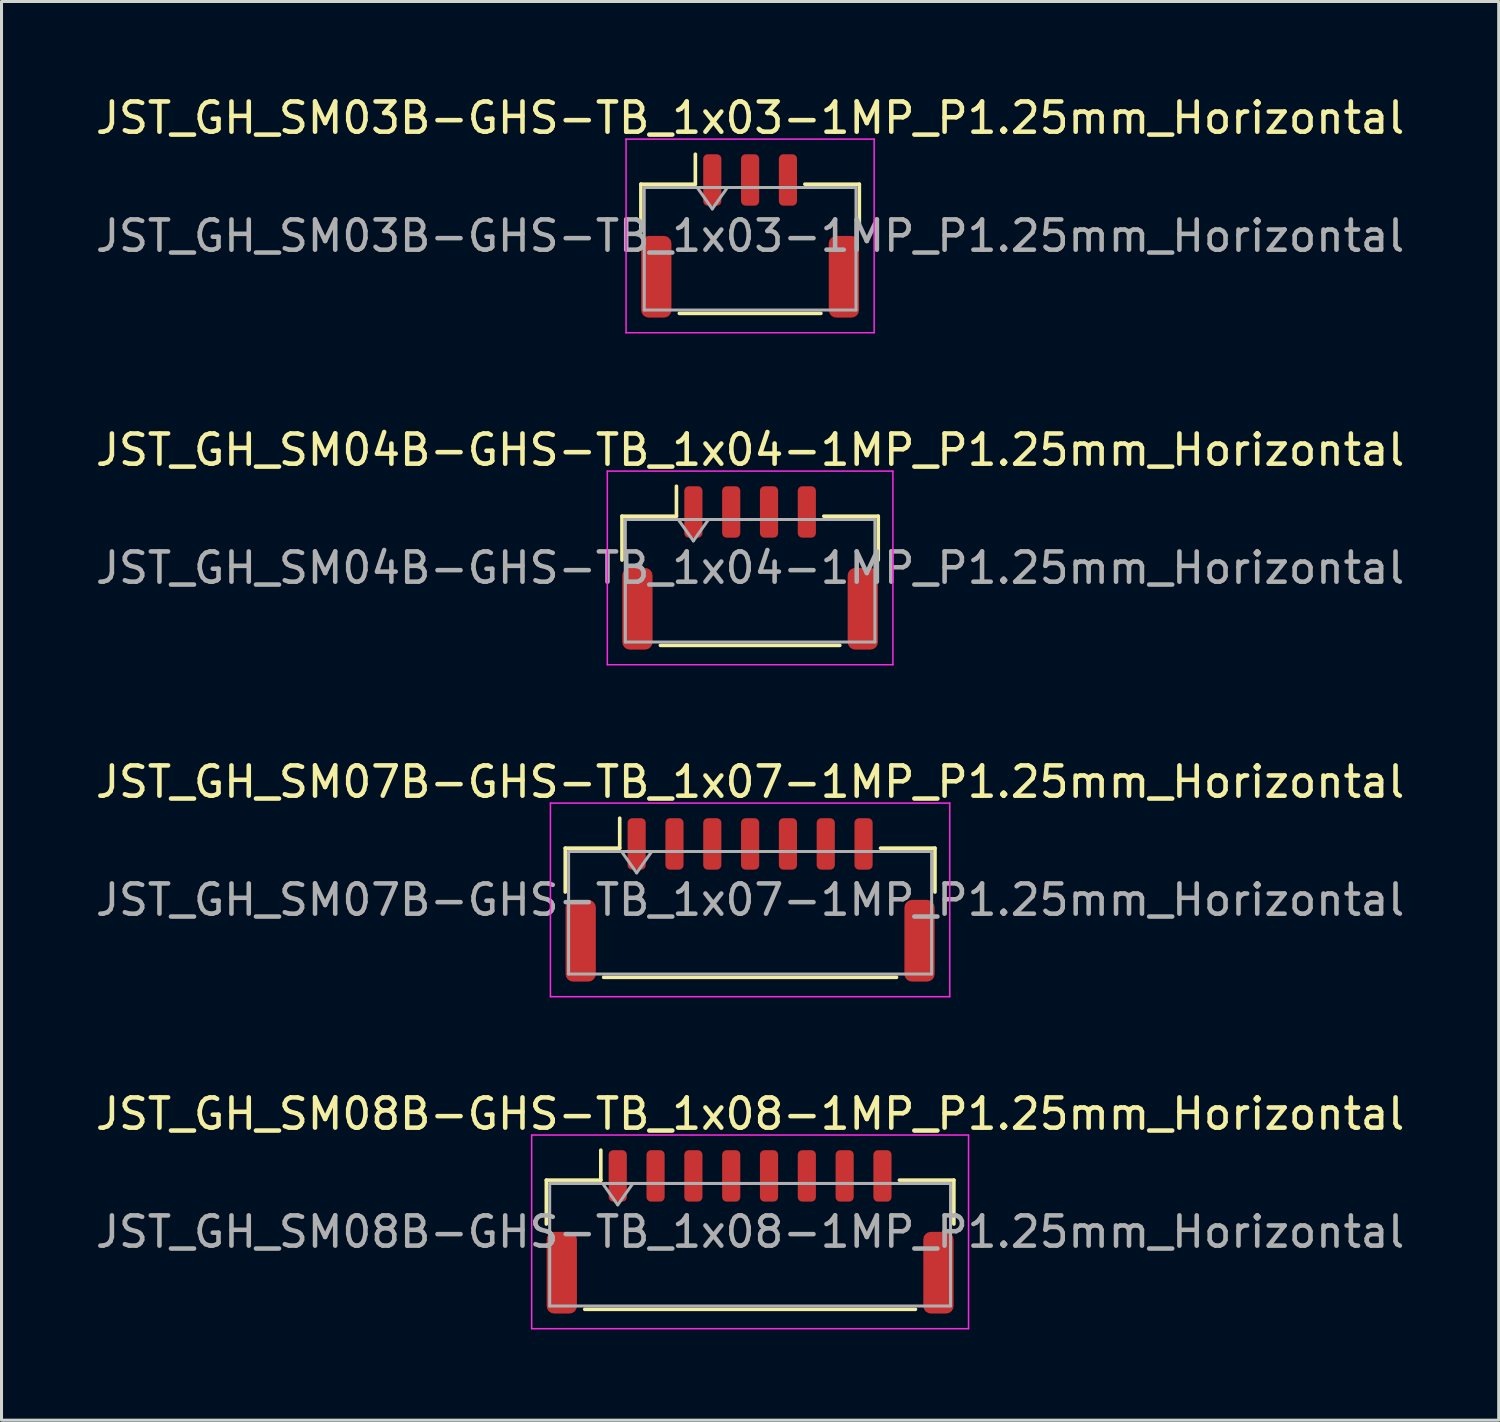
<source format=kicad_pcb>
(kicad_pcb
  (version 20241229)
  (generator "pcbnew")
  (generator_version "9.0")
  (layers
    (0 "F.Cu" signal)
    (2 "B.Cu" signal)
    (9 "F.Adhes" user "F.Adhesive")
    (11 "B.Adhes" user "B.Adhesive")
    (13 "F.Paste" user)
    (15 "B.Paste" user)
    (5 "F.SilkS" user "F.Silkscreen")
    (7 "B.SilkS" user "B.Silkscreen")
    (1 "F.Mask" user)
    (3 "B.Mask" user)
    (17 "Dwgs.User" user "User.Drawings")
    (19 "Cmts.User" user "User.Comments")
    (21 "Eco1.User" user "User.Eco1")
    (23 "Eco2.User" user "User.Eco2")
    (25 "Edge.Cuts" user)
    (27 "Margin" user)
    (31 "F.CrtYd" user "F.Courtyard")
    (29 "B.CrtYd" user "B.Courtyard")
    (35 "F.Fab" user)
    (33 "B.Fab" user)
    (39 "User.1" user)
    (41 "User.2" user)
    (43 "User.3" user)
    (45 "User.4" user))
  (footprint "JST_GH_SM03B-GHS-TB_1x03-1MP_P1.25mm_Horizontal"
    (layer "F.Cu")
    (at 21.744 4.748)
    (property "Reference" "JST_GH_SM03B-GHS-TB_1x03-1MP_P1.25mm_Horizontal" (at 0 -3.9 0) (layer "F.SilkS") (effects (font (size 1 1) (thickness 0.15))))
    (attr smd)
    (fp_line (start -3.61 -1.71) (end -1.81 -1.71) (stroke (width 0.12) (type solid)) (layer "F.SilkS"))
    (fp_line (start -3.61 -0.26) (end -3.61 -1.71) (stroke (width 0.12) (type solid)) (layer "F.SilkS"))
    (fp_line (start -2.34 2.56) (end 2.34 2.56) (stroke (width 0.12) (type solid)) (layer "F.SilkS"))
    (fp_line (start -1.81 -1.71) (end -1.81 -2.7) (stroke (width 0.12) (type solid)) (layer "F.SilkS"))
    (fp_line (start 3.61 -1.71) (end 1.81 -1.71) (stroke (width 0.12) (type solid)) (layer "F.SilkS"))
    (fp_line (start 3.61 -0.26) (end 3.61 -1.71) (stroke (width 0.12) (type solid)) (layer "F.SilkS"))
    (fp_line (start -4.1 -3.2) (end -4.1 3.2) (stroke (width 0.05) (type solid)) (layer "F.CrtYd"))
    (fp_line (start -4.1 3.2) (end 4.1 3.2) (stroke (width 0.05) (type solid)) (layer "F.CrtYd"))
    (fp_line (start 4.1 -3.2) (end -4.1 -3.2) (stroke (width 0.05) (type solid)) (layer "F.CrtYd"))
    (fp_line (start 4.1 3.2) (end 4.1 -3.2) (stroke (width 0.05) (type solid)) (layer "F.CrtYd"))
    (fp_line (start -3.5 -1.6) (end -3.5 2.45) (stroke (width 0.1) (type solid)) (layer "F.Fab"))
    (fp_line (start -3.5 -1.6) (end 3.5 -1.6) (stroke (width 0.1) (type solid)) (layer "F.Fab"))
    (fp_line (start -3.5 2.45) (end 3.5 2.45) (stroke (width 0.1) (type solid)) (layer "F.Fab"))
    (fp_line (start -1.75 -1.6) (end -1.25 -0.893) (stroke (width 0.1) (type solid)) (layer "F.Fab"))
    (fp_line (start -1.25 -0.893) (end -0.75 -1.6) (stroke (width 0.1) (type solid)) (layer "F.Fab"))
    (fp_line (start 3.5 -1.6) (end 3.5 2.45) (stroke (width 0.1) (type solid)) (layer "F.Fab"))
    (fp_text user "${REFERENCE}" (at 0 0 0) (layer "F.Fab") (effects (font (size 1 1) (thickness 0.15))))
    (pad "1" smd roundrect (at -1.25 -1.85) (size 0.6 1.7) (layers "F.Cu" "F.Mask" "F.Paste") (roundrect_rratio 0.25))
    (pad "2" smd roundrect (at 0 -1.85) (size 0.6 1.7) (layers "F.Cu" "F.Mask" "F.Paste") (roundrect_rratio 0.25))
    (pad "3" smd roundrect (at 1.25 -1.85) (size 0.6 1.7) (layers "F.Cu" "F.Mask" "F.Paste") (roundrect_rratio 0.25))
    (pad "MP" smd roundrect (at -3.1 1.35) (size 1 2.7) (layers "F.Cu" "F.Mask" "F.Paste") (roundrect_rratio 0.25))
    (pad "MP" smd roundrect (at 3.1 1.35) (size 1 2.7) (layers "F.Cu" "F.Mask" "F.Paste") (roundrect_rratio 0.25)))
  (footprint "JST_GH_SM04B-GHS-TB_1x04-1MP_P1.25mm_Horizontal"
    (layer "F.Cu")
    (at 21.744 15.722)
    (property "Reference" "JST_GH_SM04B-GHS-TB_1x04-1MP_P1.25mm_Horizontal" (at 0 -3.9 0) (layer "F.SilkS") (effects (font (size 1 1) (thickness 0.15))))
    (attr smd)
    (fp_line (start -4.235 -1.71) (end -2.435 -1.71) (stroke (width 0.12) (type solid)) (layer "F.SilkS"))
    (fp_line (start -4.235 -0.26) (end -4.235 -1.71) (stroke (width 0.12) (type solid)) (layer "F.SilkS"))
    (fp_line (start -2.965 2.56) (end 2.965 2.56) (stroke (width 0.12) (type solid)) (layer "F.SilkS"))
    (fp_line (start -2.435 -1.71) (end -2.435 -2.7) (stroke (width 0.12) (type solid)) (layer "F.SilkS"))
    (fp_line (start 4.235 -1.71) (end 2.435 -1.71) (stroke (width 0.12) (type solid)) (layer "F.SilkS"))
    (fp_line (start 4.235 -0.26) (end 4.235 -1.71) (stroke (width 0.12) (type solid)) (layer "F.SilkS"))
    (fp_line (start -4.72 -3.2) (end -4.72 3.2) (stroke (width 0.05) (type solid)) (layer "F.CrtYd"))
    (fp_line (start -4.72 3.2) (end 4.72 3.2) (stroke (width 0.05) (type solid)) (layer "F.CrtYd"))
    (fp_line (start 4.72 -3.2) (end -4.72 -3.2) (stroke (width 0.05) (type solid)) (layer "F.CrtYd"))
    (fp_line (start 4.72 3.2) (end 4.72 -3.2) (stroke (width 0.05) (type solid)) (layer "F.CrtYd"))
    (fp_line (start -4.125 -1.6) (end -4.125 2.45) (stroke (width 0.1) (type solid)) (layer "F.Fab"))
    (fp_line (start -4.125 -1.6) (end 4.125 -1.6) (stroke (width 0.1) (type solid)) (layer "F.Fab"))
    (fp_line (start -4.125 2.45) (end 4.125 2.45) (stroke (width 0.1) (type solid)) (layer "F.Fab"))
    (fp_line (start -2.375 -1.6) (end -1.875 -0.893) (stroke (width 0.1) (type solid)) (layer "F.Fab"))
    (fp_line (start -1.875 -0.893) (end -1.375 -1.6) (stroke (width 0.1) (type solid)) (layer "F.Fab"))
    (fp_line (start 4.125 -1.6) (end 4.125 2.45) (stroke (width 0.1) (type solid)) (layer "F.Fab"))
    (fp_text user "${REFERENCE}" (at 0 0 0) (layer "F.Fab") (effects (font (size 1 1) (thickness 0.15))))
    (pad "1" smd roundrect (at -1.875 -1.85) (size 0.6 1.7) (layers "F.Cu" "F.Mask" "F.Paste") (roundrect_rratio 0.25))
    (pad "2" smd roundrect (at -0.625 -1.85) (size 0.6 1.7) (layers "F.Cu" "F.Mask" "F.Paste") (roundrect_rratio 0.25))
    (pad "3" smd roundrect (at 0.625 -1.85) (size 0.6 1.7) (layers "F.Cu" "F.Mask" "F.Paste") (roundrect_rratio 0.25))
    (pad "4" smd roundrect (at 1.875 -1.85) (size 0.6 1.7) (layers "F.Cu" "F.Mask" "F.Paste") (roundrect_rratio 0.25))
    (pad "MP" smd roundrect (at -3.725 1.35) (size 1 2.7) (layers "F.Cu" "F.Mask" "F.Paste") (roundrect_rratio 0.25))
    (pad "MP" smd roundrect (at 3.725 1.35) (size 1 2.7) (layers "F.Cu" "F.Mask" "F.Paste") (roundrect_rratio 0.25)))
  (footprint "JST_GH_SM08B-GHS-TB_1x08-1MP_P1.25mm_Horizontal"
    (layer "F.Cu")
    (at 21.744 37.668)
    (property "Reference" "JST_GH_SM08B-GHS-TB_1x08-1MP_P1.25mm_Horizontal" (at 0 -3.9 0) (layer "F.SilkS") (effects (font (size 1 1) (thickness 0.15))))
    (attr smd)
    (fp_line (start -6.735 -1.71) (end -4.935 -1.71) (stroke (width 0.12) (type solid)) (layer "F.SilkS"))
    (fp_line (start -6.735 -0.26) (end -6.735 -1.71) (stroke (width 0.12) (type solid)) (layer "F.SilkS"))
    (fp_line (start -5.465 2.56) (end 5.465 2.56) (stroke (width 0.12) (type solid)) (layer "F.SilkS"))
    (fp_line (start -4.935 -1.71) (end -4.935 -2.7) (stroke (width 0.12) (type solid)) (layer "F.SilkS"))
    (fp_line (start 6.735 -1.71) (end 4.935 -1.71) (stroke (width 0.12) (type solid)) (layer "F.SilkS"))
    (fp_line (start 6.735 -0.26) (end 6.735 -1.71) (stroke (width 0.12) (type solid)) (layer "F.SilkS"))
    (fp_line (start -7.22 -3.2) (end -7.22 3.2) (stroke (width 0.05) (type solid)) (layer "F.CrtYd"))
    (fp_line (start -7.22 3.2) (end 7.22 3.2) (stroke (width 0.05) (type solid)) (layer "F.CrtYd"))
    (fp_line (start 7.22 -3.2) (end -7.22 -3.2) (stroke (width 0.05) (type solid)) (layer "F.CrtYd"))
    (fp_line (start 7.22 3.2) (end 7.22 -3.2) (stroke (width 0.05) (type solid)) (layer "F.CrtYd"))
    (fp_line (start -6.625 -1.6) (end -6.625 2.45) (stroke (width 0.1) (type solid)) (layer "F.Fab"))
    (fp_line (start -6.625 -1.6) (end 6.625 -1.6) (stroke (width 0.1) (type solid)) (layer "F.Fab"))
    (fp_line (start -6.625 2.45) (end 6.625 2.45) (stroke (width 0.1) (type solid)) (layer "F.Fab"))
    (fp_line (start -4.875 -1.6) (end -4.375 -0.893) (stroke (width 0.1) (type solid)) (layer "F.Fab"))
    (fp_line (start -4.375 -0.893) (end -3.875 -1.6) (stroke (width 0.1) (type solid)) (layer "F.Fab"))
    (fp_line (start 6.625 -1.6) (end 6.625 2.45) (stroke (width 0.1) (type solid)) (layer "F.Fab"))
    (fp_text user "${REFERENCE}" (at 0 0 0) (layer "F.Fab") (effects (font (size 1 1) (thickness 0.15))))
    (pad "1" smd roundrect (at -4.375 -1.85) (size 0.6 1.7) (layers "F.Cu" "F.Mask" "F.Paste") (roundrect_rratio 0.25))
    (pad "2" smd roundrect (at -3.125 -1.85) (size 0.6 1.7) (layers "F.Cu" "F.Mask" "F.Paste") (roundrect_rratio 0.25))
    (pad "3" smd roundrect (at -1.875 -1.85) (size 0.6 1.7) (layers "F.Cu" "F.Mask" "F.Paste") (roundrect_rratio 0.25))
    (pad "4" smd roundrect (at -0.625 -1.85) (size 0.6 1.7) (layers "F.Cu" "F.Mask" "F.Paste") (roundrect_rratio 0.25))
    (pad "5" smd roundrect (at 0.625 -1.85) (size 0.6 1.7) (layers "F.Cu" "F.Mask" "F.Paste") (roundrect_rratio 0.25))
    (pad "6" smd roundrect (at 1.875 -1.85) (size 0.6 1.7) (layers "F.Cu" "F.Mask" "F.Paste") (roundrect_rratio 0.25))
    (pad "7" smd roundrect (at 3.125 -1.85) (size 0.6 1.7) (layers "F.Cu" "F.Mask" "F.Paste") (roundrect_rratio 0.25))
    (pad "8" smd roundrect (at 4.375 -1.85) (size 0.6 1.7) (layers "F.Cu" "F.Mask" "F.Paste") (roundrect_rratio 0.25))
    (pad "MP" smd roundrect (at -6.225 1.35) (size 1 2.7) (layers "F.Cu" "F.Mask" "F.Paste") (roundrect_rratio 0.25))
    (pad "MP" smd roundrect (at 6.225 1.35) (size 1 2.7) (layers "F.Cu" "F.Mask" "F.Paste") (roundrect_rratio 0.25)))
  (footprint "JST_GH_SM07B-GHS-TB_1x07-1MP_P1.25mm_Horizontal"
    (layer "F.Cu")
    (at 21.744 26.695)
    (property "Reference" "JST_GH_SM07B-GHS-TB_1x07-1MP_P1.25mm_Horizontal" (at 0 -3.9 0) (layer "F.SilkS") (effects (font (size 1 1) (thickness 0.15))))
    (attr smd)
    (fp_line (start -6.11 -1.71) (end -4.31 -1.71) (stroke (width 0.12) (type solid)) (layer "F.SilkS"))
    (fp_line (start -6.11 -0.26) (end -6.11 -1.71) (stroke (width 0.12) (type solid)) (layer "F.SilkS"))
    (fp_line (start -4.84 2.56) (end 4.84 2.56) (stroke (width 0.12) (type solid)) (layer "F.SilkS"))
    (fp_line (start -4.31 -1.71) (end -4.31 -2.7) (stroke (width 0.12) (type solid)) (layer "F.SilkS"))
    (fp_line (start 6.11 -1.71) (end 4.31 -1.71) (stroke (width 0.12) (type solid)) (layer "F.SilkS"))
    (fp_line (start 6.11 -0.26) (end 6.11 -1.71) (stroke (width 0.12) (type solid)) (layer "F.SilkS"))
    (fp_line (start -6.6 -3.2) (end -6.6 3.2) (stroke (width 0.05) (type solid)) (layer "F.CrtYd"))
    (fp_line (start -6.6 3.2) (end 6.6 3.2) (stroke (width 0.05) (type solid)) (layer "F.CrtYd"))
    (fp_line (start 6.6 -3.2) (end -6.6 -3.2) (stroke (width 0.05) (type solid)) (layer "F.CrtYd"))
    (fp_line (start 6.6 3.2) (end 6.6 -3.2) (stroke (width 0.05) (type solid)) (layer "F.CrtYd"))
    (fp_line (start -6 -1.6) (end -6 2.45) (stroke (width 0.1) (type solid)) (layer "F.Fab"))
    (fp_line (start -6 -1.6) (end 6 -1.6) (stroke (width 0.1) (type solid)) (layer "F.Fab"))
    (fp_line (start -6 2.45) (end 6 2.45) (stroke (width 0.1) (type solid)) (layer "F.Fab"))
    (fp_line (start -4.25 -1.6) (end -3.75 -0.893) (stroke (width 0.1) (type solid)) (layer "F.Fab"))
    (fp_line (start -3.75 -0.893) (end -3.25 -1.6) (stroke (width 0.1) (type solid)) (layer "F.Fab"))
    (fp_line (start 6 -1.6) (end 6 2.45) (stroke (width 0.1) (type solid)) (layer "F.Fab"))
    (fp_text user "${REFERENCE}" (at 0 0 0) (layer "F.Fab") (effects (font (size 1 1) (thickness 0.15))))
    (pad "1" smd roundrect (at -3.75 -1.85) (size 0.6 1.7) (layers "F.Cu" "F.Mask" "F.Paste") (roundrect_rratio 0.25))
    (pad "2" smd roundrect (at -2.5 -1.85) (size 0.6 1.7) (layers "F.Cu" "F.Mask" "F.Paste") (roundrect_rratio 0.25))
    (pad "3" smd roundrect (at -1.25 -1.85) (size 0.6 1.7) (layers "F.Cu" "F.Mask" "F.Paste") (roundrect_rratio 0.25))
    (pad "4" smd roundrect (at 0 -1.85) (size 0.6 1.7) (layers "F.Cu" "F.Mask" "F.Paste") (roundrect_rratio 0.25))
    (pad "5" smd roundrect (at 1.25 -1.85) (size 0.6 1.7) (layers "F.Cu" "F.Mask" "F.Paste") (roundrect_rratio 0.25))
    (pad "6" smd roundrect (at 2.5 -1.85) (size 0.6 1.7) (layers "F.Cu" "F.Mask" "F.Paste") (roundrect_rratio 0.25))
    (pad "7" smd roundrect (at 3.75 -1.85) (size 0.6 1.7) (layers "F.Cu" "F.Mask" "F.Paste") (roundrect_rratio 0.25))
    (pad "MP" smd roundrect (at -5.6 1.35) (size 1 2.7) (layers "F.Cu" "F.Mask" "F.Paste") (roundrect_rratio 0.25))
    (pad "MP" smd roundrect (at 5.6 1.35) (size 1 2.7) (layers "F.Cu" "F.Mask" "F.Paste") (roundrect_rratio 0.25)))
  (gr_rect
    (start -3 -3)
    (end 46.488 43.893)
    (stroke (width 0.1) (type default))
    (fill no)
    (layer "Edge.Cuts")))
</source>
